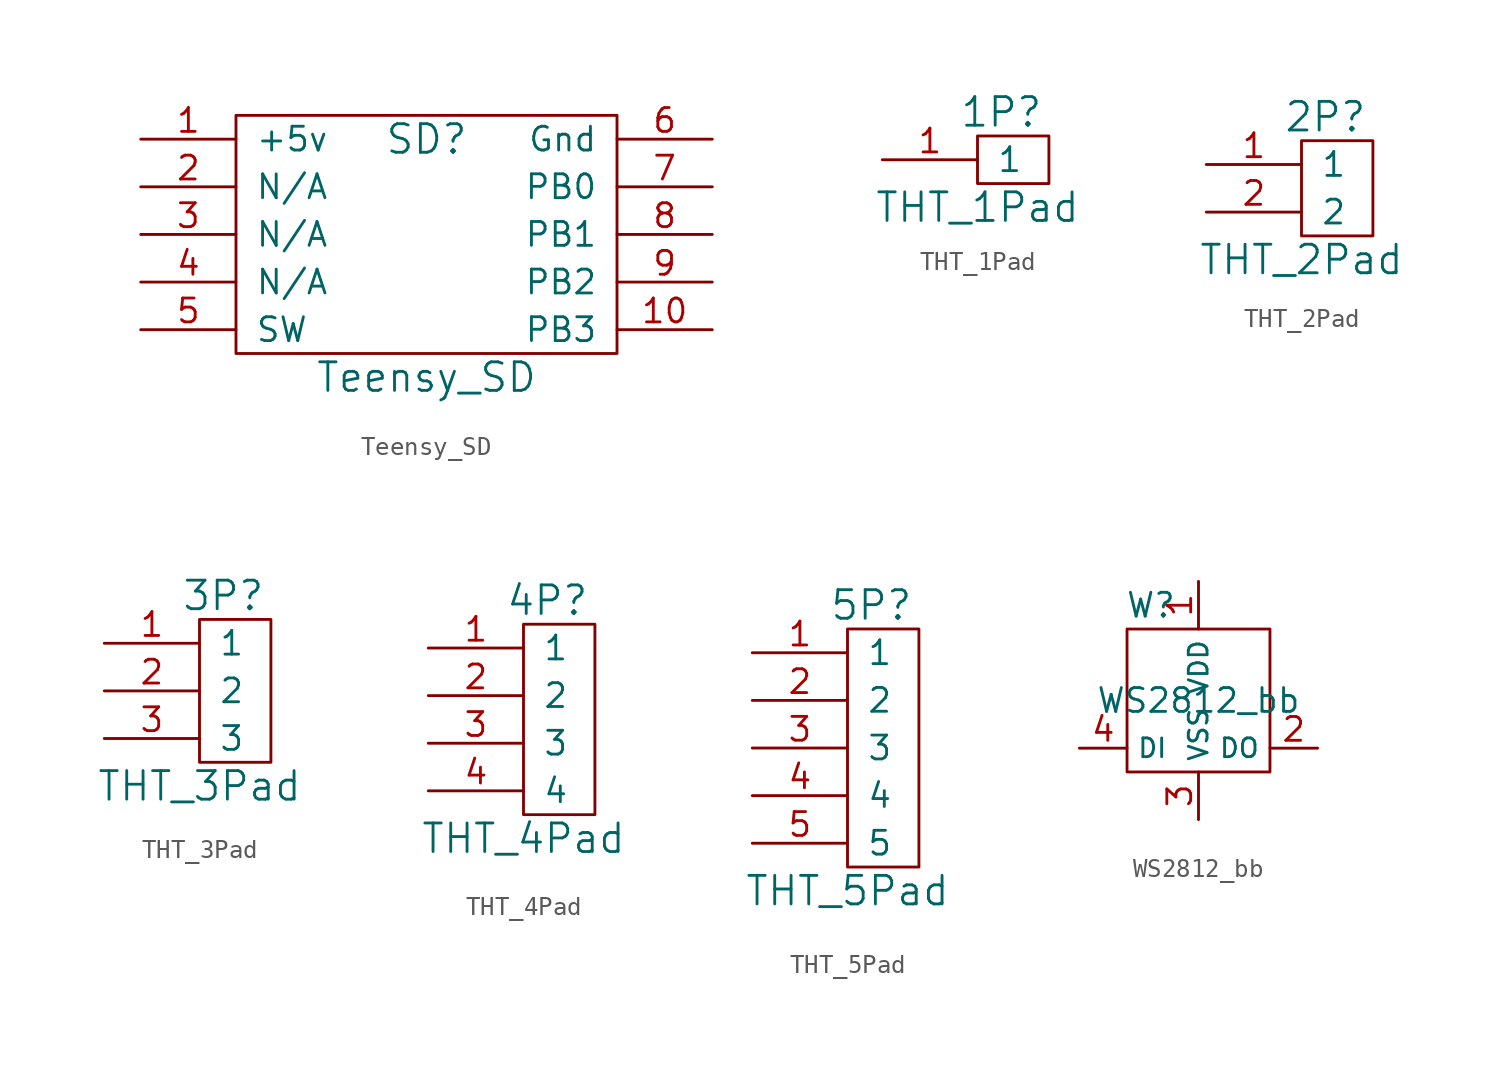
<source format=kicad_sym>
(kicad_symbol_lib
  (version 20211014)
  (generator kicad_symbol_editor)
  (symbol "Teensy_SD"
    (pin_names
      (offset 1.016))
    (property "Reference" "SD"
      (at 0 5.08 0)
      (effects (font (size 1.524 1.524))))
    (property "Value" "Teensy_SD"
      (at 0 -7.62 0)
      (effects (font (size 1.524 1.524))))
    (symbol "Teensy_SD_0_1"
      (rectangle (start -10.16 6.35) (end 10.16 -6.35) (stroke (width 0) (type default) (color 0 0 0 0)) (fill (type none))))
    (symbol "Teensy_SD_1_1"
      (pin input line (at -15.24 5.08 0) (length 5.08) (name "+5v" (effects (font (size 1.27 1.27)))) (number "1" (effects (font (size 1.27 1.27)))))
      (pin input line (at 15.24 -5.08 180) (length 5.08) (name "PB3" (effects (font (size 1.27 1.27)))) (number "10" (effects (font (size 1.27 1.27)))))
      (pin input line (at -15.24 2.54 0) (length 5.08) (name "N/A" (effects (font (size 1.27 1.27)))) (number "2" (effects (font (size 1.27 1.27)))))
      (pin input line (at -15.24 0 0) (length 5.08) (name "N/A" (effects (font (size 1.27 1.27)))) (number "3" (effects (font (size 1.27 1.27)))))
      (pin input line (at -15.24 -2.54 0) (length 5.08) (name "N/A" (effects (font (size 1.27 1.27)))) (number "4" (effects (font (size 1.27 1.27)))))
      (pin input line (at -15.24 -5.08 0) (length 5.08) (name "SW" (effects (font (size 1.27 1.27)))) (number "5" (effects (font (size 1.27 1.27)))))
      (pin input line (at 15.24 5.08 180) (length 5.08) (name "Gnd" (effects (font (size 1.27 1.27)))) (number "6" (effects (font (size 1.27 1.27)))))
      (pin input line (at 15.24 2.54 180) (length 5.08) (name "PB0" (effects (font (size 1.27 1.27)))) (number "7" (effects (font (size 1.27 1.27)))))
      (pin input line (at 15.24 0 180) (length 5.08) (name "PB1" (effects (font (size 1.27 1.27)))) (number "8" (effects (font (size 1.27 1.27)))))
      (pin input line (at 15.24 -2.54 180) (length 5.08) (name "PB2" (effects (font (size 1.27 1.27)))) (number "9" (effects (font (size 1.27 1.27)))))))
  (symbol "THT_1Pad"
    (pin_names
      (offset 1.016))
    (property "Reference" "1P"
      (at 1.27 2.54 0)
      (effects (font (size 1.524 1.524))))
    (property "Value" "THT_1Pad"
      (at 0 -2.54 0)
      (effects (font (size 1.524 1.524))))
    (property "1PP1" ""
      (at 0 0 0)
      (effects (font (size 1.27 1.27))))
    (symbol "THT_1Pad_0_1"
      (rectangle (start 0 1.27) (end 3.81 -1.27) (stroke (width 0) (type default) (color 0 0 0 0)) (fill (type none))))
    (symbol "THT_1Pad_1_1"
      (pin input line (at -5.08 0 0) (length 5.08) (name "1" (effects (font (size 1.27 1.27)))) (number "1" (effects (font (size 1.27 1.27)))))))
  (symbol "THT_2Pad"
    (pin_names
      (offset 1.016))
    (property "Reference" "2P"
      (at 1.27 3.81 0)
      (effects (font (size 1.524 1.524))))
    (property "Value" "THT_2Pad"
      (at 0 -3.81 0)
      (effects (font (size 1.524 1.524))))
    (property "2PP1" ""
      (at 0 0 0)
      (effects (font (size 1.27 1.27))))
    (property "2PP2" ""
      (at 0 0 0)
      (effects (font (size 1.27 1.27))))
    (symbol "THT_2Pad_0_1"
      (rectangle (start 0 2.54) (end 3.81 -2.54) (stroke (width 0) (type default) (color 0 0 0 0)) (fill (type none))))
    (symbol "THT_2Pad_1_1"
      (pin input line (at -5.08 1.27 0) (length 5.08) (name "1" (effects (font (size 1.27 1.27)))) (number "1" (effects (font (size 1.27 1.27)))))
      (pin input line (at -5.08 -1.27 0) (length 5.08) (name "2" (effects (font (size 1.27 1.27)))) (number "2" (effects (font (size 1.27 1.27)))))))
  (symbol "THT_3Pad"
    (pin_names
      (offset 1.016))
    (property "Reference" "3P"
      (at 1.27 5.08 0)
      (effects (font (size 1.524 1.524))))
    (property "Value" "THT_3Pad"
      (at 0 -5.08 0)
      (effects (font (size 1.524 1.524))))
    (symbol "THT_3Pad_0_1"
      (rectangle (start 0 3.81) (end 3.81 -3.81) (stroke (width 0) (type default) (color 0 0 0 0)) (fill (type none))))
    (symbol "THT_3Pad_1_1"
      (pin input line (at -5.08 2.54 0) (length 5.08) (name "1" (effects (font (size 1.27 1.27)))) (number "1" (effects (font (size 1.27 1.27)))))
      (pin input line (at -5.08 0 0) (length 5.08) (name "2" (effects (font (size 1.27 1.27)))) (number "2" (effects (font (size 1.27 1.27)))))
      (pin input line (at -5.08 -2.54 0) (length 5.08) (name "3" (effects (font (size 1.27 1.27)))) (number "3" (effects (font (size 1.27 1.27)))))))
  (symbol "THT_4Pad"
    (pin_names
      (offset 1.016))
    (property "Reference" "4P"
      (at 1.27 6.35 0)
      (effects (font (size 1.524 1.524))))
    (property "Value" "THT_4Pad"
      (at 0 -6.35 0)
      (effects (font (size 1.524 1.524))))
    (symbol "THT_4Pad_0_1"
      (rectangle (start 0 5.08) (end 3.81 -5.08) (stroke (width 0) (type default) (color 0 0 0 0)) (fill (type none))))
    (symbol "THT_4Pad_1_1"
      (pin input line (at -5.08 3.81 0) (length 5.08) (name "1" (effects (font (size 1.27 1.27)))) (number "1" (effects (font (size 1.27 1.27)))))
      (pin input line (at -5.08 1.27 0) (length 5.08) (name "2" (effects (font (size 1.27 1.27)))) (number "2" (effects (font (size 1.27 1.27)))))
      (pin input line (at -5.08 -1.27 0) (length 5.08) (name "3" (effects (font (size 1.27 1.27)))) (number "3" (effects (font (size 1.27 1.27)))))
      (pin input line (at -5.08 -3.81 0) (length 5.08) (name "4" (effects (font (size 1.27 1.27)))) (number "4" (effects (font (size 1.27 1.27)))))))
  (symbol "THT_5Pad"
    (pin_names
      (offset 1.016))
    (property "Reference" "5P"
      (at 1.27 7.62 0)
      (effects (font (size 1.524 1.524))))
    (property "Value" "THT_5Pad"
      (at 0 -7.62 0)
      (effects (font (size 1.524 1.524))))
    (property "5PP1" ""
      (at 0 0 0)
      (effects (font (size 1.27 1.27))))
    (property "5PP2" ""
      (at 0 0 0)
      (effects (font (size 1.27 1.27))))
    (property "5PP3" ""
      (at 0 0 0)
      (effects (font (size 1.27 1.27))))
    (property "5PP4" ""
      (at 0 0 0)
      (effects (font (size 1.27 1.27))))
    (property "5PP5" ""
      (at 0 0 0)
      (effects (font (size 1.27 1.27))))
    (symbol "THT_5Pad_0_1"
      (rectangle (start 0 6.35) (end 3.81 -6.35) (stroke (width 0.152) (type default) (color 0 0 0 0)) (fill (type none))))
    (symbol "THT_5Pad_1_1"
      (pin input line (at -5.08 5.08 0) (length 5.08) (name "1" (effects (font (size 1.27 1.27)))) (number "1" (effects (font (size 1.27 1.27)))))
      (pin input line (at -5.08 2.54 0) (length 5.08) (name "2" (effects (font (size 1.27 1.27)))) (number "2" (effects (font (size 1.27 1.27)))))
      (pin input line (at -5.08 0 0) (length 5.08) (name "3" (effects (font (size 1.27 1.27)))) (number "3" (effects (font (size 1.27 1.27)))))
      (pin input line (at -5.08 -2.54 0) (length 5.08) (name "4" (effects (font (size 1.27 1.27)))) (number "4" (effects (font (size 1.27 1.27)))))
      (pin input line (at -5.08 -5.08 0) (length 5.08) (name "5" (effects (font (size 1.27 1.27)))) (number "5" (effects (font (size 1.27 1.27)))))))
  (symbol "WS2812_bb"
    (property "Reference" "W"
      (at -2.54 5.08 0)
      (effects (font (size 1.27 1.27))))
    (property "Value" "WS2812_bb"
      (at 0 0 0)
      (effects (font (size 1.27 1.27))))
    (symbol "WS2812_bb_1_1"
      (rectangle (start -3.81 3.81) (end 3.81 -3.81) (stroke (width 0.152) (type default) (color 0 0 0 0)) (fill (type none)))
      (pin bidirectional line (at 0 6.35 270) (length 2.54) (name "VDD" (effects (font (size 1 1)))) (number "1" (effects (font (size 1.27 1.27)))))
      (pin bidirectional line (at 6.35 -2.54 180) (length 2.54) (name "DO" (effects (font (size 1 1)))) (number "2" (effects (font (size 1.27 1.27)))))
      (pin bidirectional line (at 0 -6.35 90) (length 2.54) (name "VSS" (effects (font (size 1 1)))) (number "3" (effects (font (size 1.27 1.27)))))
      (pin bidirectional line (at -6.35 -2.54 0) (length 2.54) (name "DI" (effects (font (size 1 1)))) (number "4" (effects (font (size 1.27 1.27))))))))
</source>
